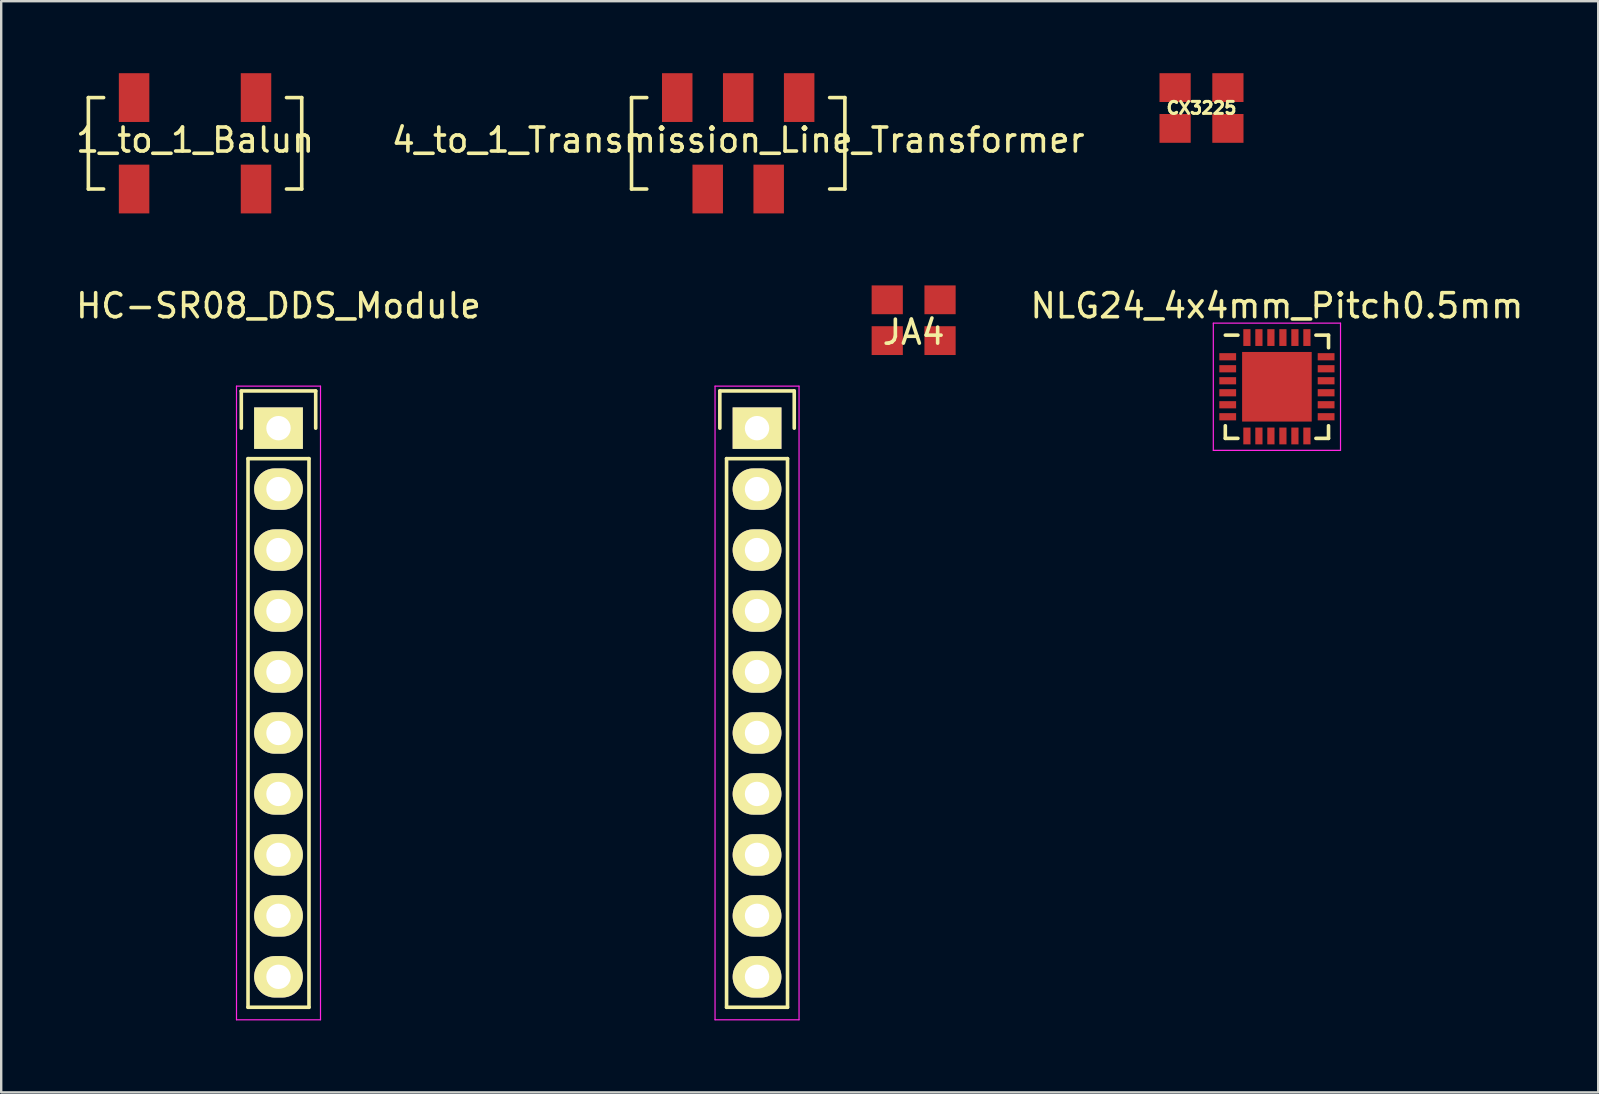
<source format=kicad_pcb>
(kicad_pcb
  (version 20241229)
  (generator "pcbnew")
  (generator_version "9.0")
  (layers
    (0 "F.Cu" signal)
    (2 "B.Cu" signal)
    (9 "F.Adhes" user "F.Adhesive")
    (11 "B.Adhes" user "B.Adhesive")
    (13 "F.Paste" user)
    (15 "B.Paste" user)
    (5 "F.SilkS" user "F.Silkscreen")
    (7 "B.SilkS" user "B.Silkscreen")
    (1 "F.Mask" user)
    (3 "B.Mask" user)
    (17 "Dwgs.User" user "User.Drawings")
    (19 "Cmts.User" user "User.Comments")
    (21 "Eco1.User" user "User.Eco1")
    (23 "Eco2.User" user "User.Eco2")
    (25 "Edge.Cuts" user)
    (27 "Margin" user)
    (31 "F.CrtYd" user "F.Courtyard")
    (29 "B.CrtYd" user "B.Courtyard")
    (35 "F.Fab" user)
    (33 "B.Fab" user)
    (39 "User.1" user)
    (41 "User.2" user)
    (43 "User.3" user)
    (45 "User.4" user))
  (footprint "CX3225"
    (layer "F.Cu")
    (at 47.012 1.45)
    (property "Reference" "CX3225" (at 0 0 0) (layer "F.SilkS") (effects (font (size 0.5 0.5) (thickness 0.125))))
    (attr through_hole)
    (pad "1" smd rect (at -1.1 0.85) (size 1.3 1.2) (layers "F.Cu" "F.Mask" "F.Paste"))
    (pad "2" smd rect (at 1.1 0.85) (size 1.3 1.2) (layers "F.Cu" "F.Mask" "F.Paste"))
    (pad "3" smd rect (at 1.1 -0.85) (size 1.3 1.2) (layers "F.Cu" "F.Mask" "F.Paste"))
    (pad "4" smd rect (at -1.1 -0.85) (size 1.3 1.2) (layers "F.Cu" "F.Mask" "F.Paste")))
  (footprint "4_to_1_Transmission_Line_Transformer"
    (layer "F.Cu")
    (at 27.708 2.286)
    (property "Reference" "4_to_1_Transmission_Line_Transformer" (at 0 0.5 0) (layer "F.SilkS") (effects (font (size 1 1) (thickness 0.15))))
    (attr through_hole)
    (fp_line (start -4.445 -1.27) (end -4.445 2.54) (stroke (width 0.15) (type solid)) (layer "F.SilkS"))
    (fp_line (start -4.445 2.54) (end -3.81 2.54) (stroke (width 0.15) (type solid)) (layer "F.SilkS"))
    (fp_line (start -3.81 -1.27) (end -4.445 -1.27) (stroke (width 0.15) (type solid)) (layer "F.SilkS"))
    (fp_line (start 3.81 -1.27) (end 4.445 -1.27) (stroke (width 0.15) (type solid)) (layer "F.SilkS"))
    (fp_line (start 4.445 -1.27) (end 4.445 2.54) (stroke (width 0.15) (type solid)) (layer "F.SilkS"))
    (fp_line (start 4.445 2.54) (end 3.81 2.54) (stroke (width 0.15) (type solid)) (layer "F.SilkS"))
    (pad "1" smd rect (at -2.54 -1.27) (size 1.27 2.032) (layers "F.Cu" "F.Mask" "F.Paste"))
    (pad "2" smd rect (at 0 -1.27) (size 1.27 2.032) (layers "F.Cu" "F.Mask" "F.Paste"))
    (pad "3" smd rect (at 2.54 -1.27) (size 1.27 2.032) (layers "F.Cu" "F.Mask" "F.Paste"))
    (pad "4" smd rect (at -1.27 2.54) (size 1.27 2.032) (layers "F.Cu" "F.Mask" "F.Paste"))
    (pad "5" smd rect (at 1.27 2.54) (size 1.27 2.032) (layers "F.Cu" "F.Mask" "F.Paste")))
  (footprint "HC-SR08_DDS_Module"
    (layer "F.Cu")
    (at 8.554 14.79)
    (property "Reference" "HC-SR08_DDS_Module" (at 0 -5.1 0) (layer "F.SilkS") (effects (font (size 1 1) (thickness 0.15))))
    (attr through_hole)
    (fp_line (start -1.55 -1.55) (end 1.55 -1.55) (stroke (width 0.15) (type solid)) (layer "F.SilkS"))
    (fp_line (start -1.55 0) (end -1.55 -1.55) (stroke (width 0.15) (type solid)) (layer "F.SilkS"))
    (fp_line (start -1.27 24.13) (end -1.27 1.27) (stroke (width 0.15) (type solid)) (layer "F.SilkS"))
    (fp_line (start 1.27 1.27) (end -1.27 1.27) (stroke (width 0.15) (type solid)) (layer "F.SilkS"))
    (fp_line (start 1.27 1.27) (end 1.27 24.13) (stroke (width 0.15) (type solid)) (layer "F.SilkS"))
    (fp_line (start 1.27 24.13) (end -1.27 24.13) (stroke (width 0.15) (type solid)) (layer "F.SilkS"))
    (fp_line (start 1.55 -1.55) (end 1.55 0) (stroke (width 0.15) (type solid)) (layer "F.SilkS"))
    (fp_line (start 18.389 -1.55) (end 21.489 -1.55) (stroke (width 0.15) (type solid)) (layer "F.SilkS"))
    (fp_line (start 18.389 0) (end 18.389 -1.55) (stroke (width 0.15) (type solid)) (layer "F.SilkS"))
    (fp_line (start 18.669 24.13) (end 18.669 1.27) (stroke (width 0.15) (type solid)) (layer "F.SilkS"))
    (fp_line (start 21.209 1.27) (end 18.669 1.27) (stroke (width 0.15) (type solid)) (layer "F.SilkS"))
    (fp_line (start 21.209 1.27) (end 21.209 24.13) (stroke (width 0.15) (type solid)) (layer "F.SilkS"))
    (fp_line (start 21.209 24.13) (end 18.669 24.13) (stroke (width 0.15) (type solid)) (layer "F.SilkS"))
    (fp_line (start 21.489 -1.55) (end 21.489 0) (stroke (width 0.15) (type solid)) (layer "F.SilkS"))
    (fp_line (start -1.75 -1.75) (end -1.75 24.65) (stroke (width 0.05) (type solid)) (layer "F.CrtYd"))
    (fp_line (start -1.75 -1.75) (end 1.75 -1.75) (stroke (width 0.05) (type solid)) (layer "F.CrtYd"))
    (fp_line (start -1.75 24.65) (end 1.75 24.65) (stroke (width 0.05) (type solid)) (layer "F.CrtYd"))
    (fp_line (start 1.75 -1.75) (end 1.75 24.65) (stroke (width 0.05) (type solid)) (layer "F.CrtYd"))
    (fp_line (start 18.189 -1.75) (end 18.189 24.65) (stroke (width 0.05) (type solid)) (layer "F.CrtYd"))
    (fp_line (start 18.189 -1.75) (end 21.689 -1.75) (stroke (width 0.05) (type solid)) (layer "F.CrtYd"))
    (fp_line (start 18.189 24.65) (end 21.689 24.65) (stroke (width 0.05) (type solid)) (layer "F.CrtYd"))
    (fp_line (start 21.689 -1.75) (end 21.689 24.65) (stroke (width 0.05) (type solid)) (layer "F.CrtYd"))
    (pad "J2-1" thru_hole rect (at 19.939 0) (size 2.032 1.727) (drill 1.016) (layers "*.Cu" "*.Mask" "F.SilkS"))
    (pad "J2-2" thru_hole oval (at 19.939 2.54) (size 2.032 1.727) (drill 1.016) (layers "*.Cu" "*.Mask" "F.SilkS"))
    (pad "J2-3" thru_hole oval (at 19.939 5.08) (size 2.032 1.727) (drill 1.016) (layers "*.Cu" "*.Mask" "F.SilkS"))
    (pad "J2-4" thru_hole oval (at 19.939 7.62) (size 2.032 1.727) (drill 1.016) (layers "*.Cu" "*.Mask" "F.SilkS"))
    (pad "J2-5" thru_hole oval (at 19.939 10.16) (size 2.032 1.727) (drill 1.016) (layers "*.Cu" "*.Mask" "F.SilkS"))
    (pad "J2-6" thru_hole oval (at 19.939 12.7) (size 2.032 1.727) (drill 1.016) (layers "*.Cu" "*.Mask" "F.SilkS"))
    (pad "J2-7" thru_hole oval (at 19.939 15.24) (size 2.032 1.727) (drill 1.016) (layers "*.Cu" "*.Mask" "F.SilkS"))
    (pad "J2-8" thru_hole oval (at 19.939 17.78) (size 2.032 1.727) (drill 1.016) (layers "*.Cu" "*.Mask" "F.SilkS"))
    (pad "J2-9" thru_hole oval (at 19.939 20.32) (size 2.032 1.727) (drill 1.016) (layers "*.Cu" "*.Mask" "F.SilkS"))
    (pad "J4-1" thru_hole rect (at 0 0) (size 2.032 1.727) (drill 1.016) (layers "*.Cu" "*.Mask" "F.SilkS"))
    (pad "J4-2" thru_hole oval (at 0 2.54) (size 2.032 1.727) (drill 1.016) (layers "*.Cu" "*.Mask" "F.SilkS"))
    (pad "J4-3" thru_hole oval (at 0 5.08) (size 2.032 1.727) (drill 1.016) (layers "*.Cu" "*.Mask" "F.SilkS"))
    (pad "J4-4" thru_hole oval (at 0 7.62) (size 2.032 1.727) (drill 1.016) (layers "*.Cu" "*.Mask" "F.SilkS"))
    (pad "J4-5" thru_hole oval (at 0 10.16) (size 2.032 1.727) (drill 1.016) (layers "*.Cu" "*.Mask" "F.SilkS"))
    (pad "J4-6" thru_hole oval (at 0 12.7) (size 2.032 1.727) (drill 1.016) (layers "*.Cu" "*.Mask" "F.SilkS"))
    (pad "J4-7" thru_hole oval (at 0 15.24) (size 2.032 1.727) (drill 1.016) (layers "*.Cu" "*.Mask" "F.SilkS"))
    (pad "J4-8" thru_hole oval (at 0 17.78) (size 2.032 1.727) (drill 1.016) (layers "*.Cu" "*.Mask" "F.SilkS"))
    (pad "J4-9" thru_hole oval (at 0 20.32) (size 2.032 1.727) (drill 1.016) (layers "*.Cu" "*.Mask" "F.SilkS"))
    (pad "J210" thru_hole oval (at 19.939 22.86) (size 2.032 1.727) (drill 1.016) (layers "*.Cu" "*.Mask" "F.SilkS"))
    (pad "J410" thru_hole oval (at 0 22.86) (size 2.032 1.727) (drill 1.016) (layers "*.Cu" "*.Mask" "F.SilkS")))
  (footprint "NLG24_4x4mm_Pitch0.5mm"
    (layer "F.Cu")
    (at 50.154 13.065)
    (property "Reference" "NLG24_4x4mm_Pitch0.5mm" (at 0 -3.375 0) (layer "F.SilkS") (effects (font (size 1 1) (thickness 0.15))))
    (attr smd)
    (fp_line (start -2.15 -2.15) (end -1.625 -2.15) (stroke (width 0.15) (type solid)) (layer "F.SilkS"))
    (fp_line (start -2.15 2.15) (end -2.15 1.625) (stroke (width 0.15) (type solid)) (layer "F.SilkS"))
    (fp_line (start -2.15 2.15) (end -1.625 2.15) (stroke (width 0.15) (type solid)) (layer "F.SilkS"))
    (fp_line (start 2.15 -2.15) (end 1.625 -2.15) (stroke (width 0.15) (type solid)) (layer "F.SilkS"))
    (fp_line (start 2.15 -2.15) (end 2.15 -1.625) (stroke (width 0.15) (type solid)) (layer "F.SilkS"))
    (fp_line (start 2.15 2.15) (end 1.625 2.15) (stroke (width 0.15) (type solid)) (layer "F.SilkS"))
    (fp_line (start 2.15 2.15) (end 2.15 1.625) (stroke (width 0.15) (type solid)) (layer "F.SilkS"))
    (fp_line (start -2.65 -2.65) (end -2.65 2.65) (stroke (width 0.05) (type solid)) (layer "F.CrtYd"))
    (fp_line (start -2.65 -2.65) (end 2.65 -2.65) (stroke (width 0.05) (type solid)) (layer "F.CrtYd"))
    (fp_line (start -2.65 2.65) (end 2.65 2.65) (stroke (width 0.05) (type solid)) (layer "F.CrtYd"))
    (fp_line (start 2.65 -2.65) (end 2.65 2.65) (stroke (width 0.05) (type solid)) (layer "F.CrtYd"))
    (pad "1" smd rect (at -1.95 -1.25) (size 0.7 0.3) (drill (offset -0.1 0)) (layers "F.Cu" "F.Mask" "F.Paste"))
    (pad "2" smd rect (at -1.95 -0.75) (size 0.7 0.3) (drill (offset -0.1 0)) (layers "F.Cu" "F.Mask" "F.Paste"))
    (pad "3" smd rect (at -1.95 -0.25) (size 0.7 0.3) (drill (offset -0.1 0)) (layers "F.Cu" "F.Mask" "F.Paste"))
    (pad "4" smd rect (at -1.95 0.25) (size 0.7 0.3) (drill (offset -0.1 0)) (layers "F.Cu" "F.Mask" "F.Paste"))
    (pad "5" smd rect (at -1.95 0.75) (size 0.7 0.3) (drill (offset -0.1 0)) (layers "F.Cu" "F.Mask" "F.Paste"))
    (pad "6" smd rect (at -1.95 1.25) (size 0.7 0.3) (drill (offset -0.1 0)) (layers "F.Cu" "F.Mask" "F.Paste"))
    (pad "7" smd rect (at -1.25 1.95 90) (size 0.7 0.3) (drill (offset -0.1 0)) (layers "F.Cu" "F.Mask" "F.Paste"))
    (pad "8" smd rect (at -0.75 1.95 90) (size 0.7 0.3) (drill (offset -0.1 0)) (layers "F.Cu" "F.Mask" "F.Paste"))
    (pad "9" smd rect (at -0.25 1.95 90) (size 0.7 0.3) (drill (offset -0.1 0)) (layers "F.Cu" "F.Mask" "F.Paste"))
    (pad "10" smd rect (at 0.25 1.95 90) (size 0.7 0.3) (drill (offset -0.1 0)) (layers "F.Cu" "F.Mask" "F.Paste"))
    (pad "11" smd rect (at 0.75 1.95 90) (size 0.7 0.3) (drill (offset -0.1 0)) (layers "F.Cu" "F.Mask" "F.Paste"))
    (pad "12" smd rect (at 1.25 1.95 90) (size 0.7 0.3) (drill (offset -0.1 0)) (layers "F.Cu" "F.Mask" "F.Paste"))
    (pad "13" smd rect (at 1.95 1.25) (size 0.7 0.3) (drill (offset 0.1 0)) (layers "F.Cu" "F.Mask" "F.Paste"))
    (pad "14" smd rect (at 1.95 0.75) (size 0.7 0.3) (drill (offset 0.1 0)) (layers "F.Cu" "F.Mask" "F.Paste"))
    (pad "15" smd rect (at 1.95 0.25) (size 0.7 0.3) (drill (offset 0.1 0)) (layers "F.Cu" "F.Mask" "F.Paste"))
    (pad "16" smd rect (at 1.95 -0.25) (size 0.7 0.3) (drill (offset 0.1 0)) (layers "F.Cu" "F.Mask" "F.Paste"))
    (pad "17" smd rect (at 1.95 -0.75) (size 0.7 0.3) (drill (offset 0.1 0)) (layers "F.Cu" "F.Mask" "F.Paste"))
    (pad "18" smd rect (at 1.95 -1.25) (size 0.7 0.3) (drill (offset 0.1 0)) (layers "F.Cu" "F.Mask" "F.Paste"))
    (pad "19" smd rect (at 1.25 -1.95 90) (size 0.7 0.3) (drill (offset 0.1 0)) (layers "F.Cu" "F.Mask" "F.Paste"))
    (pad "20" smd rect (at 0.75 -1.95 90) (size 0.7 0.3) (drill (offset 0.1 0)) (layers "F.Cu" "F.Mask" "F.Paste"))
    (pad "21" smd rect (at 0.25 -1.95 90) (size 0.7 0.3) (drill (offset 0.1 0)) (layers "F.Cu" "F.Mask" "F.Paste"))
    (pad "22" smd rect (at -0.25 -1.95 90) (size 0.7 0.3) (drill (offset 0.1 0)) (layers "F.Cu" "F.Mask" "F.Paste"))
    (pad "23" smd rect (at -0.75 -1.95 90) (size 0.7 0.3) (drill (offset 0.1 0)) (layers "F.Cu" "F.Mask" "F.Paste"))
    (pad "24" smd rect (at -1.25 -1.95 90) (size 0.7 0.3) (drill (offset 0.1 0)) (layers "F.Cu" "F.Mask" "F.Paste"))
    (pad "EPAD" smd rect (at 0 0) (size 2.9 2.9) (layers "F.Cu" "F.Mask" "F.Paste")))
  (footprint "1_to_1_Balun"
    (layer "F.Cu")
    (at 5.077 2.286)
    (property "Reference" "1_to_1_Balun" (at 0 0.5 0) (layer "F.SilkS") (effects (font (size 1 1) (thickness 0.15))))
    (attr through_hole)
    (fp_line (start -4.445 -1.27) (end -4.445 2.54) (stroke (width 0.15) (type solid)) (layer "F.SilkS"))
    (fp_line (start -4.445 2.54) (end -3.81 2.54) (stroke (width 0.15) (type solid)) (layer "F.SilkS"))
    (fp_line (start -3.81 -1.27) (end -4.445 -1.27) (stroke (width 0.15) (type solid)) (layer "F.SilkS"))
    (fp_line (start 3.81 -1.27) (end 4.445 -1.27) (stroke (width 0.15) (type solid)) (layer "F.SilkS"))
    (fp_line (start 4.445 -1.27) (end 4.445 2.54) (stroke (width 0.15) (type solid)) (layer "F.SilkS"))
    (fp_line (start 4.445 2.54) (end 3.81 2.54) (stroke (width 0.15) (type solid)) (layer "F.SilkS"))
    (pad "1" smd rect (at -2.54 -1.27) (size 1.27 2.032) (layers "F.Cu" "F.Mask" "F.Paste"))
    (pad "2" smd rect (at -2.54 2.54) (size 1.27 2.032) (layers "F.Cu" "F.Mask" "F.Paste"))
    (pad "3" smd rect (at 2.54 2.54) (size 1.27 2.032) (layers "F.Cu" "F.Mask" "F.Paste"))
    (pad "4" smd rect (at 2.54 -1.27) (size 1.27 2.032) (layers "F.Cu" "F.Mask" "F.Paste")))
  (footprint "JA4"
    (layer "F.Cu")
    (at 35.018 10.292)
    (property "Reference" "JA4" (at 0 0.5 0) (layer "F.SilkS") (effects (font (size 1 1) (thickness 0.15))))
    (attr through_hole)
    (pad "1" smd rect (at 1.1 -0.85) (size 1.3 1.2) (layers "F.Cu" "F.Mask" "F.Paste"))
    (pad "2" smd rect (at -1.1 0.85) (size 1.3 1.2) (layers "F.Cu" "F.Mask" "F.Paste"))
    (pad "3" smd rect (at -1.1 -0.85) (size 1.3 1.2) (layers "F.Cu" "F.Mask" "F.Paste"))
    (pad "4" smd rect (at 1.1 0.85) (size 1.3 1.2) (layers "F.Cu" "F.Mask" "F.Paste")))
  (gr_rect
    (start -3 -3)
    (end 63.541 42.465)
    (stroke (width 0.1) (type default))
    (fill no)
    (layer "Edge.Cuts")))
</source>
